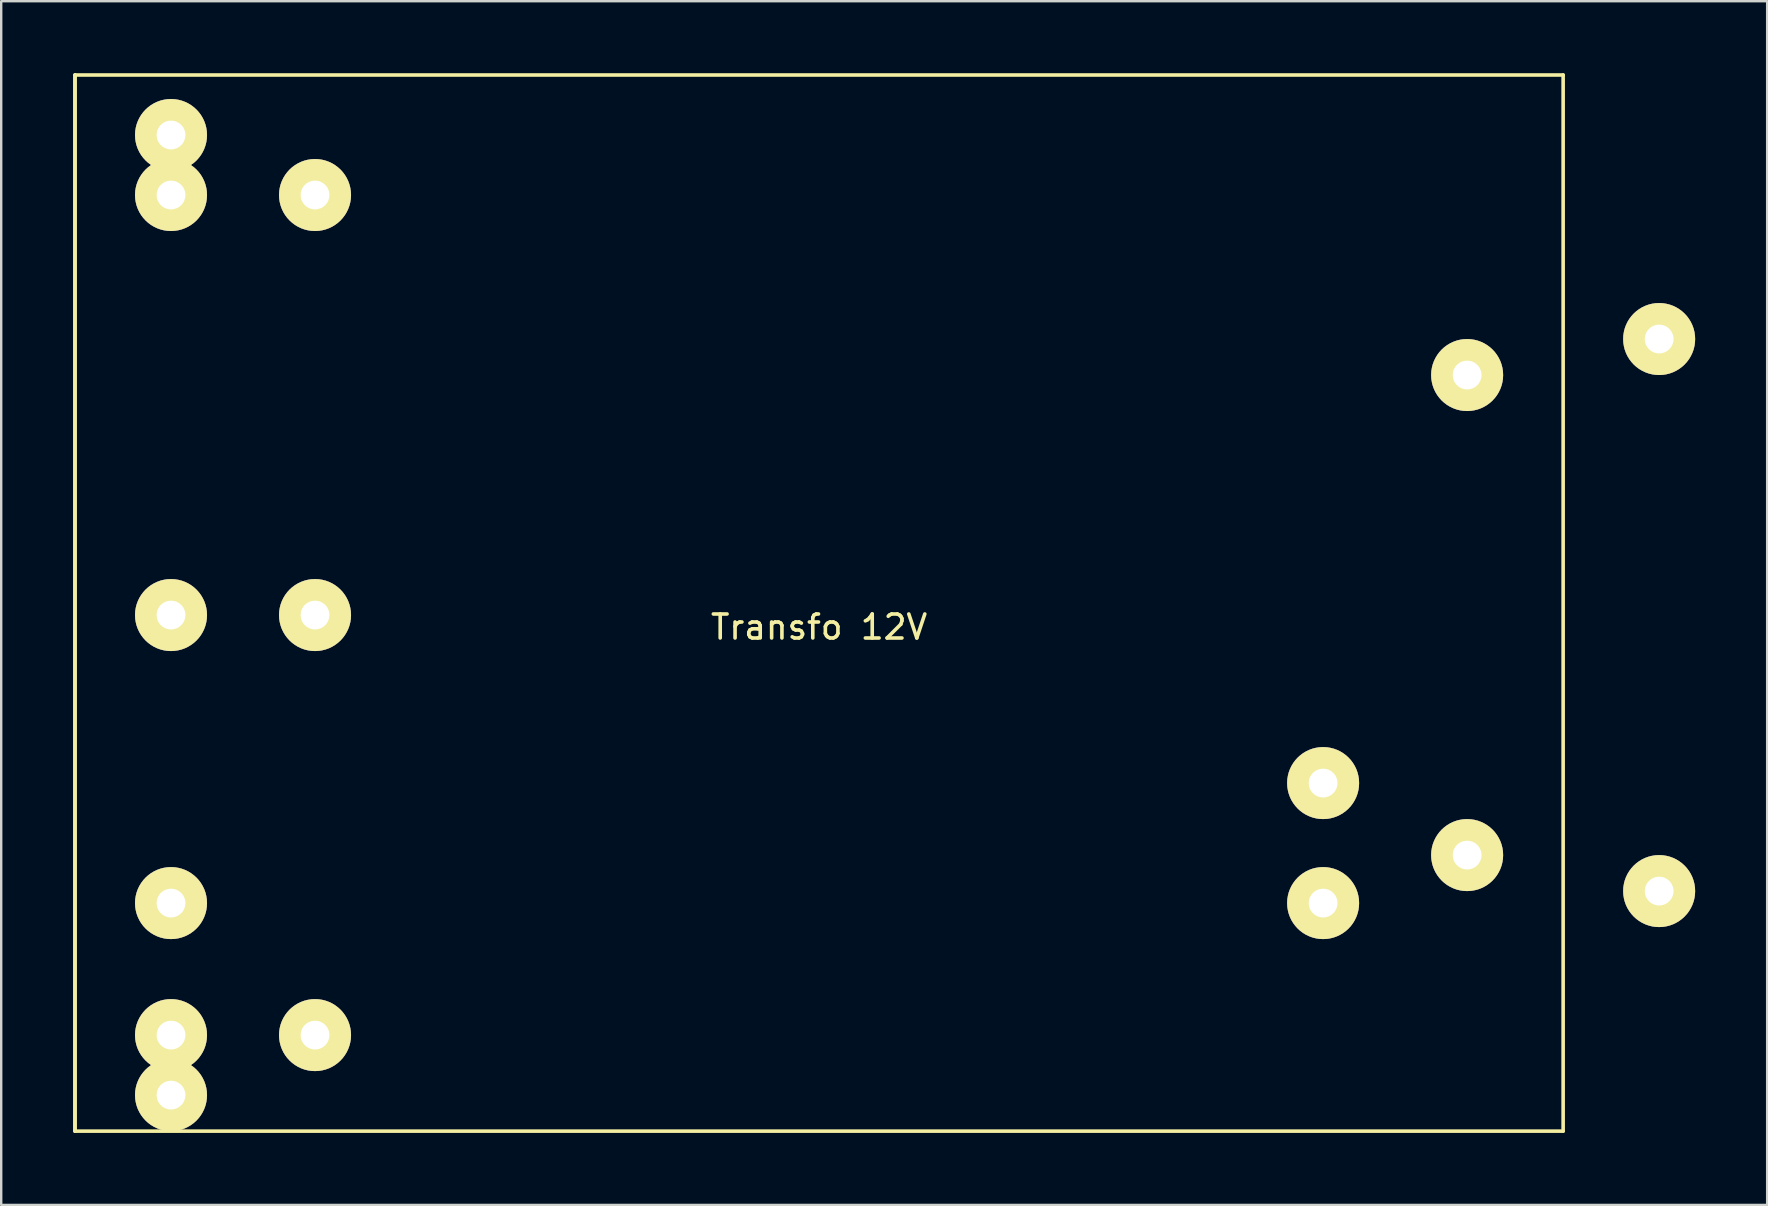
<source format=kicad_pcb>
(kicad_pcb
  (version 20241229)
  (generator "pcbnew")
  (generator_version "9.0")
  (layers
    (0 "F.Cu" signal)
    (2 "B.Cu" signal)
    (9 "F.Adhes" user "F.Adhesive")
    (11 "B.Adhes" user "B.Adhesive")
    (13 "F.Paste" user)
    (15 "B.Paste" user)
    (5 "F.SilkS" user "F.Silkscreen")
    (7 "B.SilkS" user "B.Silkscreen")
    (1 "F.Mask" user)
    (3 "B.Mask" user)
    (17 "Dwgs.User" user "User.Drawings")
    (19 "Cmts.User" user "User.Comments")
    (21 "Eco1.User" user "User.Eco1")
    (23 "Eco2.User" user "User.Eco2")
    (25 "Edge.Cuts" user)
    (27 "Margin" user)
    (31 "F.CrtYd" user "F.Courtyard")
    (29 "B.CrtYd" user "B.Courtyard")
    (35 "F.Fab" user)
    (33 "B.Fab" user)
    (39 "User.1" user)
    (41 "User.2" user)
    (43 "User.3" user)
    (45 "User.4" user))
  (footprint "Transfo 12V"
    (layer "F.Cu")
    (at 31.075 22.575)
    (property "Reference" "Transfo 12V" (at 0 0.5 0) (layer "F.SilkS") (effects (font (size 1 1) (thickness 0.15))))
    (attr through_hole)
    (fp_line (start -31 -22.5) (end -31 21.5) (stroke (width 0.15) (type solid)) (layer "F.SilkS"))
    (fp_line (start -31 -22.5) (end -31 21.5) (stroke (width 0.15) (type solid)) (layer "F.SilkS"))
    (fp_line (start -31 21.5) (end 31 21.5) (stroke (width 0.15) (type solid)) (layer "F.SilkS"))
    (fp_line (start 31 -22.5) (end -31 -22.5) (stroke (width 0.15) (type solid)) (layer "F.SilkS"))
    (fp_line (start 31 21.5) (end 31 -22.5) (stroke (width 0.15) (type solid)) (layer "F.SilkS"))
    (pad "1" thru_hole circle (at -27 0) (size 3 3) (drill 1.2) (layers "*.Cu" "*.Mask" "F.SilkS"))
    (pad "1" thru_hole circle (at -21 0) (size 3 3) (drill 1.2) (layers "*.Cu" "*.Mask" "F.SilkS"))
    (pad "2" thru_hole circle (at -27 12) (size 3 3) (drill 1.2) (layers "*.Cu" "*.Mask" "F.SilkS"))
    (pad "2" thru_hole circle (at -27 17.5) (size 3 3) (drill 1.2) (layers "*.Cu" "*.Mask" "F.SilkS"))
    (pad "2" thru_hole circle (at -27 20) (size 3 3) (drill 1.2) (layers "*.Cu" "*.Mask" "F.SilkS"))
    (pad "2" thru_hole circle (at -21 17.5) (size 3 3) (drill 1.2) (layers "*.Cu" "*.Mask" "F.SilkS"))
    (pad "3" thru_hole circle (at 21 7) (size 3 3) (drill 1.2) (layers "*.Cu" "*.Mask" "F.SilkS"))
    (pad "3" thru_hole circle (at 27 -10) (size 3 3) (drill 1.2) (layers "*.Cu" "*.Mask" "F.SilkS"))
    (pad "3" thru_hole circle (at 35 -11.5) (size 3 3) (drill 1.2) (layers "*.Cu" "*.Mask" "F.SilkS"))
    (pad "4" thru_hole circle (at 21 12) (size 3 3) (drill 1.2) (layers "*.Cu" "*.Mask" "F.SilkS"))
    (pad "4" thru_hole circle (at 27 10) (size 3 3) (drill 1.2) (layers "*.Cu" "*.Mask" "F.SilkS"))
    (pad "4" thru_hole circle (at 35 11.5) (size 3 3) (drill 1.2) (layers "*.Cu" "*.Mask" "F.SilkS"))
    (pad "NC" thru_hole circle (at -27 -20) (size 3 3) (drill 1.2) (layers "*.Cu" "*.Mask" "F.SilkS"))
    (pad "NC" thru_hole circle (at -27 -17.5) (size 3 3) (drill 1.2) (layers "*.Cu" "*.Mask" "F.SilkS"))
    (pad "NC" thru_hole circle (at -21 -17.5) (size 3 3) (drill 1.2) (layers "*.Cu" "*.Mask" "F.SilkS")))
  (gr_rect
    (start -3 -3)
    (end 70.575 47.15)
    (stroke (width 0.1) (type default))
    (fill no)
    (layer "Edge.Cuts")))
</source>
